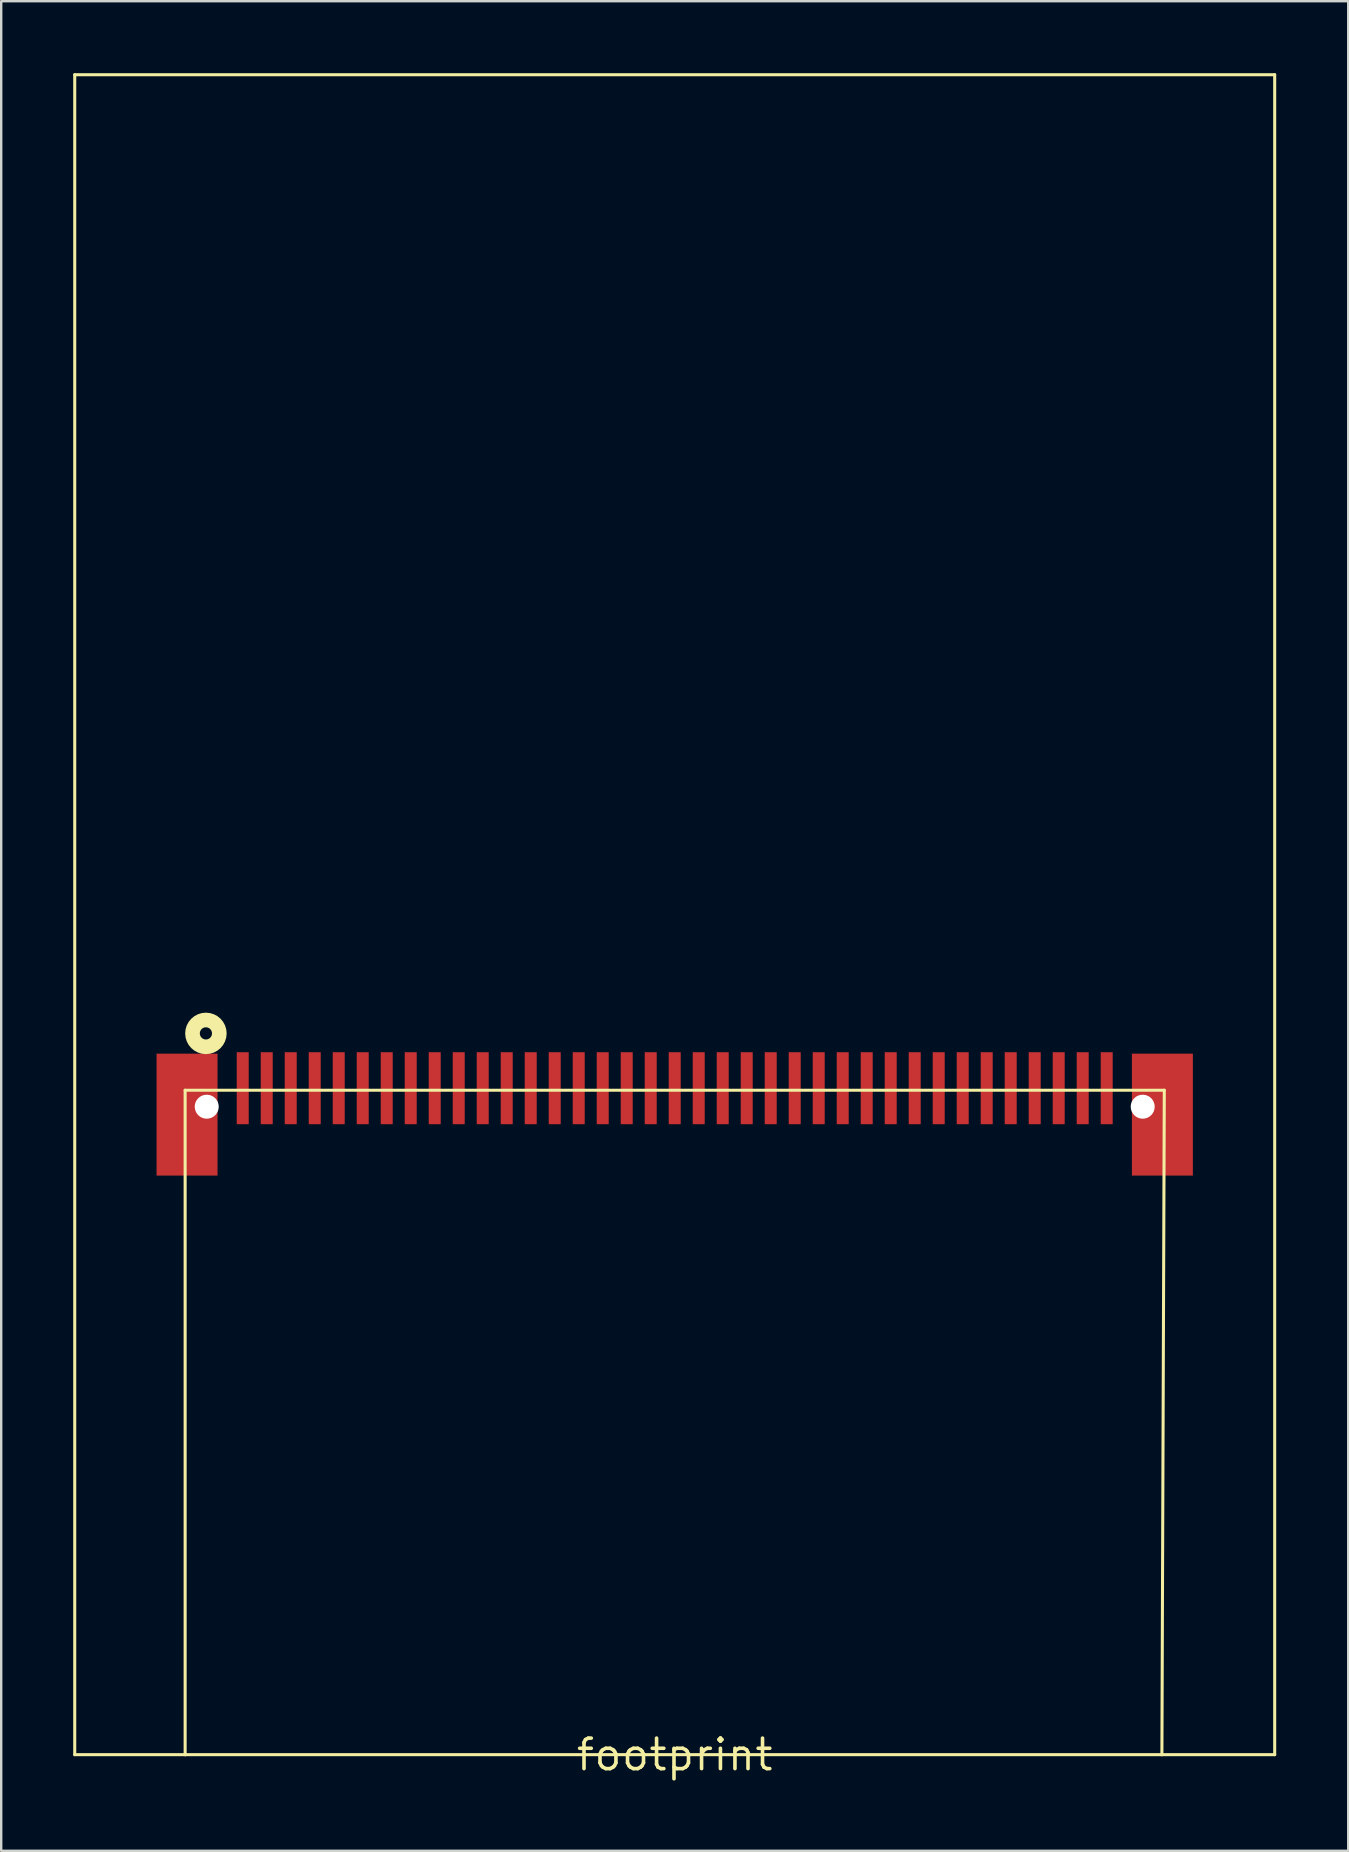
<source format=kicad_pcb>
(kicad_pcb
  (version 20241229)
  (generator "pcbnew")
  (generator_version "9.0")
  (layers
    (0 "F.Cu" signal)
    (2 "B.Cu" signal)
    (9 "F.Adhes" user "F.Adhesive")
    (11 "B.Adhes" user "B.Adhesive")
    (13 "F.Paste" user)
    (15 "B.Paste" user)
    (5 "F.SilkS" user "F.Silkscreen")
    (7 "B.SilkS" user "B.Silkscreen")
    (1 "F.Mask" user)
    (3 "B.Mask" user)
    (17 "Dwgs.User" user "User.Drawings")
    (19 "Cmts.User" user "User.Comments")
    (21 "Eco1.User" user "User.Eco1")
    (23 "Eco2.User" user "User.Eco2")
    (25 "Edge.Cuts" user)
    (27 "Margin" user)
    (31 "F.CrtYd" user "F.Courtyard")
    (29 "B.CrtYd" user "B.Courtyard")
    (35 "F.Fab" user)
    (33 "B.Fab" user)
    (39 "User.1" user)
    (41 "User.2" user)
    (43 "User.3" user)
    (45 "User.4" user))
  (footprint "footprint"
    (layer "F.Cu")
    (at 25.064 70.064)
    (property "Reference" "footprint" (at 0 0 0) (layer "F.SilkS") (effects (font (size 1.27 1.27) (thickness 0.15))))
    (fp_poly (pts (xy -21.59 -24.13) (xy -19.05 -24.13) (xy -19.05 -29.21) (xy -21.59 -29.21)) (stroke (width 0) (type solid)) (fill yes) (layer "F.Cu"))
    (fp_poly (pts (xy 19.05 -24.13) (xy 21.59 -24.13) (xy 21.59 -29.21) (xy 19.05 -29.21)) (stroke (width 0) (type solid)) (fill yes) (layer "F.Cu"))
    (fp_poly (pts (xy -21.59 -24.13) (xy -19.05 -24.13) (xy -19.05 -29.21) (xy -21.59 -29.21)) (stroke (width 0) (type solid)) (fill yes) (layer "F.Mask"))
    (fp_poly (pts (xy 19.05 -24.13) (xy 21.59 -24.13) (xy 21.59 -29.21) (xy 19.05 -29.21)) (stroke (width 0) (type solid)) (fill yes) (layer "F.Mask"))
    (fp_line (start -25 -70) (end 25 -70) (stroke (width 0.127) (type solid)) (layer "F.SilkS"))
    (fp_line (start -25 0) (end -25 -70) (stroke (width 0.127) (type solid)) (layer "F.SilkS"))
    (fp_line (start -20.4 -27.686) (end 20.4 -27.686) (stroke (width 0.127) (type solid)) (layer "F.SilkS"))
    (fp_line (start -20.4 0) (end -25 0) (stroke (width 0.127) (type solid)) (layer "F.SilkS"))
    (fp_line (start -20.4 0) (end -20.4 -27.686) (stroke (width 0.127) (type solid)) (layer "F.SilkS"))
    (fp_line (start 20.3 0) (end -20.4 0) (stroke (width 0.127) (type solid)) (layer "F.SilkS"))
    (fp_line (start 20.4 -27.686) (end 20.3 0) (stroke (width 0.127) (type solid)) (layer "F.SilkS"))
    (fp_line (start 25 -70) (end 25 0) (stroke (width 0.127) (type solid)) (layer "F.SilkS"))
    (fp_line (start 25 0) (end 20.3 0) (stroke (width 0.127) (type solid)) (layer "F.SilkS"))
    (fp_circle (center -19.534 -30.054) (end -19.28 -30.054) (stroke (width 0.61) (type solid)) (fill no) (layer "F.SilkS"))
    (pad "" np_thru_hole circle (at -19.5 -27) (size 1 1) (drill 1) (layers "*.Cu" "*.Mask"))
    (pad "" np_thru_hole circle (at 19.5 -27) (size 1 1) (drill 1) (layers "*.Cu" "*.Mask"))
    (pad "1" smd rect (at -18 -27.77) (size 0.5 3) (layers "F.Cu" "F.Mask" "F.Paste"))
    (pad "2" smd rect (at -17 -27.77) (size 0.5 3) (layers "F.Cu" "F.Mask" "F.Paste"))
    (pad "3" smd rect (at -16 -27.77) (size 0.5 3) (layers "F.Cu" "F.Mask" "F.Paste"))
    (pad "4" smd rect (at -15 -27.77) (size 0.5 3) (layers "F.Cu" "F.Mask" "F.Paste"))
    (pad "5" smd rect (at -14 -27.77) (size 0.5 3) (layers "F.Cu" "F.Mask" "F.Paste"))
    (pad "6" smd rect (at -13 -27.77) (size 0.5 3) (layers "F.Cu" "F.Mask" "F.Paste"))
    (pad "7" smd rect (at -12 -27.77) (size 0.5 3) (layers "F.Cu" "F.Mask" "F.Paste"))
    (pad "8" smd rect (at -11 -27.77) (size 0.5 3) (layers "F.Cu" "F.Mask" "F.Paste"))
    (pad "9" smd rect (at -10 -27.77) (size 0.5 3) (layers "F.Cu" "F.Mask" "F.Paste"))
    (pad "10" smd rect (at -9 -27.77) (size 0.5 3) (layers "F.Cu" "F.Mask" "F.Paste"))
    (pad "11" smd rect (at -8 -27.77) (size 0.5 3) (layers "F.Cu" "F.Mask" "F.Paste"))
    (pad "12" smd rect (at -7 -27.77) (size 0.5 3) (layers "F.Cu" "F.Mask" "F.Paste"))
    (pad "13" smd rect (at -6 -27.77) (size 0.5 3) (layers "F.Cu" "F.Mask" "F.Paste"))
    (pad "14" smd rect (at -5 -27.77) (size 0.5 3) (layers "F.Cu" "F.Mask" "F.Paste"))
    (pad "15" smd rect (at -4 -27.77) (size 0.5 3) (layers "F.Cu" "F.Mask" "F.Paste"))
    (pad "16" smd rect (at -3 -27.77) (size 0.5 3) (layers "F.Cu" "F.Mask" "F.Paste"))
    (pad "17" smd rect (at -2 -27.77) (size 0.5 3) (layers "F.Cu" "F.Mask" "F.Paste"))
    (pad "18" smd rect (at -1 -27.77) (size 0.5 3) (layers "F.Cu" "F.Mask" "F.Paste"))
    (pad "19" smd rect (at 0 -27.77) (size 0.5 3) (layers "F.Cu" "F.Mask" "F.Paste"))
    (pad "20" smd rect (at 1 -27.77) (size 0.5 3) (layers "F.Cu" "F.Mask" "F.Paste"))
    (pad "21" smd rect (at 2 -27.77) (size 0.5 3) (layers "F.Cu" "F.Mask" "F.Paste"))
    (pad "22" smd rect (at 3 -27.77) (size 0.5 3) (layers "F.Cu" "F.Mask" "F.Paste"))
    (pad "23" smd rect (at 4 -27.77) (size 0.5 3) (layers "F.Cu" "F.Mask" "F.Paste"))
    (pad "24" smd rect (at 5 -27.77) (size 0.5 3) (layers "F.Cu" "F.Mask" "F.Paste"))
    (pad "25" smd rect (at 6 -27.77) (size 0.5 3) (layers "F.Cu" "F.Mask" "F.Paste"))
    (pad "26" smd rect (at 7 -27.77) (size 0.5 3) (layers "F.Cu" "F.Mask" "F.Paste"))
    (pad "27" smd rect (at 8 -27.77) (size 0.5 3) (layers "F.Cu" "F.Mask" "F.Paste"))
    (pad "28" smd rect (at 9 -27.77) (size 0.5 3) (layers "F.Cu" "F.Mask" "F.Paste"))
    (pad "29" smd rect (at 10 -27.77) (size 0.5 3) (layers "F.Cu" "F.Mask" "F.Paste"))
    (pad "30" smd rect (at 11 -27.77) (size 0.5 3) (layers "F.Cu" "F.Mask" "F.Paste"))
    (pad "31" smd rect (at 12 -27.77) (size 0.5 3) (layers "F.Cu" "F.Mask" "F.Paste"))
    (pad "32" smd rect (at 13 -27.77) (size 0.5 3) (layers "F.Cu" "F.Mask" "F.Paste"))
    (pad "33" smd rect (at 14 -27.77) (size 0.5 3) (layers "F.Cu" "F.Mask" "F.Paste"))
    (pad "34" smd rect (at 15 -27.77) (size 0.5 3) (layers "F.Cu" "F.Mask" "F.Paste"))
    (pad "35" smd rect (at 16 -27.77) (size 0.5 3) (layers "F.Cu" "F.Mask" "F.Paste"))
    (pad "36" smd rect (at 17 -27.77) (size 0.5 3) (layers "F.Cu" "F.Mask" "F.Paste"))
    (pad "37" smd rect (at 18 -27.77) (size 0.5 3) (layers "F.Cu" "F.Mask" "F.Paste")))
  (gr_rect
    (start -3 -3)
    (end 53.127 74.07)
    (stroke (width 0.1) (type default))
    (fill no)
    (layer "Edge.Cuts")))
</source>
